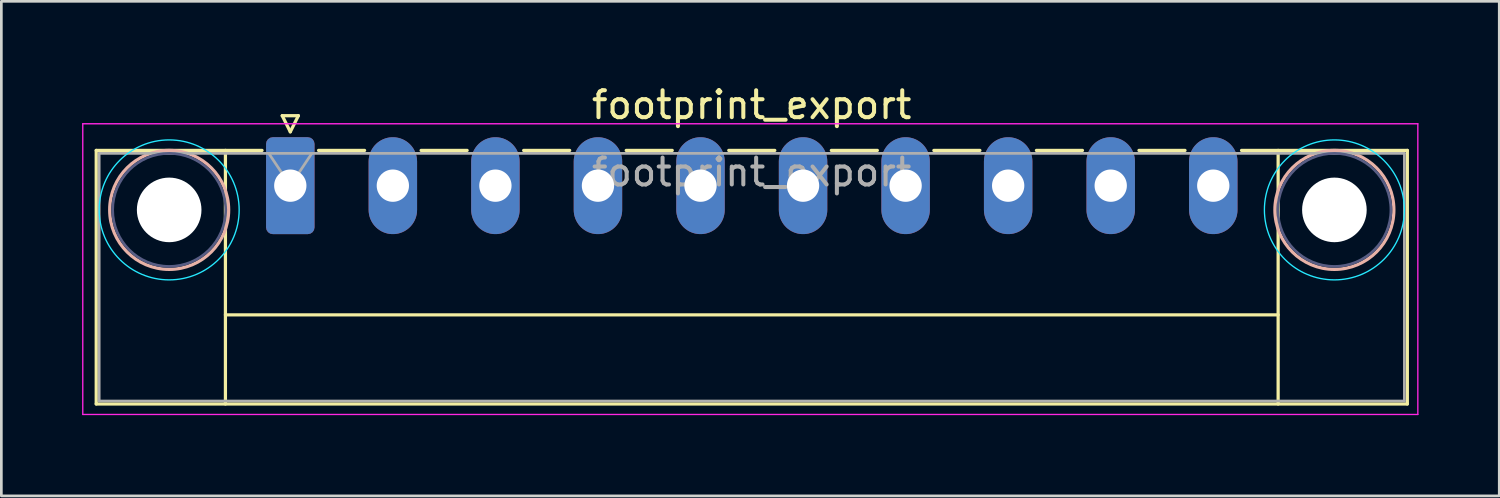
<source format=kicad_pcb>
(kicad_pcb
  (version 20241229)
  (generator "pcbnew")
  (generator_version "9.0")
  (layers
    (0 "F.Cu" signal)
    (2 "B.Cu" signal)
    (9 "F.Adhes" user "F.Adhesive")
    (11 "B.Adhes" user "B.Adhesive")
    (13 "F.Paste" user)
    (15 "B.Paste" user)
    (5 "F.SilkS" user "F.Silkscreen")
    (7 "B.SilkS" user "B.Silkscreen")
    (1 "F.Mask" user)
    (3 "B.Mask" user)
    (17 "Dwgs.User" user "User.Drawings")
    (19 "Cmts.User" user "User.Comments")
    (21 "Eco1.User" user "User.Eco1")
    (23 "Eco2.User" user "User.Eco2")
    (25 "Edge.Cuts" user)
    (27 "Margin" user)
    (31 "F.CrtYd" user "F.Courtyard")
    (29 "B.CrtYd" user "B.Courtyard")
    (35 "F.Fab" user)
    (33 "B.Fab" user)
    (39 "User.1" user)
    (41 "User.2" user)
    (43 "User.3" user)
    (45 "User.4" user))
  (footprint "footprint_export"
    (layer "F.Cu")
    (at 7.735 3.848)
    (property "Reference" "footprint_export" (at 17.14 -3 0) (layer "F.SilkS") (effects (font (size 1 1) (thickness 0.15))))
    (attr through_hole)
    (fp_line (start -7.21 -1.31) (end -7.21 8.11) (stroke (width 0.12) (type solid)) (layer "F.SilkS"))
    (fp_line (start -7.21 -1.31) (end -1.05 -1.31) (stroke (width 0.12) (type solid)) (layer "F.SilkS"))
    (fp_line (start -7.21 8.11) (end 41.5 8.11) (stroke (width 0.12) (type solid)) (layer "F.SilkS"))
    (fp_line (start -2.41 -1.31) (end -2.41 8.11) (stroke (width 0.12) (type solid)) (layer "F.SilkS"))
    (fp_line (start -2.41 4.8) (end 36.7 4.8) (stroke (width 0.12) (type solid)) (layer "F.SilkS"))
    (fp_line (start -0.3 -2.6) (end 0.3 -2.6) (stroke (width 0.12) (type solid)) (layer "F.SilkS"))
    (fp_line (start 0 -2) (end -0.3 -2.6) (stroke (width 0.12) (type solid)) (layer "F.SilkS"))
    (fp_line (start 0.3 -2.6) (end 0 -2) (stroke (width 0.12) (type solid)) (layer "F.SilkS"))
    (fp_line (start 1.05 -1.31) (end 2.76 -1.31) (stroke (width 0.12) (type solid)) (layer "F.SilkS"))
    (fp_line (start 4.86 -1.31) (end 6.57 -1.31) (stroke (width 0.12) (type solid)) (layer "F.SilkS"))
    (fp_line (start 8.67 -1.31) (end 10.38 -1.31) (stroke (width 0.12) (type solid)) (layer "F.SilkS"))
    (fp_line (start 12.48 -1.31) (end 14.19 -1.31) (stroke (width 0.12) (type solid)) (layer "F.SilkS"))
    (fp_line (start 16.29 -1.31) (end 18 -1.31) (stroke (width 0.12) (type solid)) (layer "F.SilkS"))
    (fp_line (start 20.1 -1.31) (end 21.81 -1.31) (stroke (width 0.12) (type solid)) (layer "F.SilkS"))
    (fp_line (start 23.91 -1.31) (end 25.62 -1.31) (stroke (width 0.12) (type solid)) (layer "F.SilkS"))
    (fp_line (start 27.72 -1.31) (end 29.43 -1.31) (stroke (width 0.12) (type solid)) (layer "F.SilkS"))
    (fp_line (start 31.53 -1.31) (end 33.24 -1.31) (stroke (width 0.12) (type solid)) (layer "F.SilkS"))
    (fp_line (start 36.7 -1.31) (end 36.7 8.11) (stroke (width 0.12) (type solid)) (layer "F.SilkS"))
    (fp_line (start 41.5 -1.31) (end 35.34 -1.31) (stroke (width 0.12) (type solid)) (layer "F.SilkS"))
    (fp_line (start 41.5 8.11) (end 41.5 -1.31) (stroke (width 0.12) (type solid)) (layer "F.SilkS"))
    (fp_circle (center -4.5 0.9) (end -2.29 0.9) (stroke (width 0.12) (type solid)) (fill no) (layer "B.SilkS"))
    (fp_circle (center 38.79 0.9) (end 41 0.9) (stroke (width 0.12) (type solid)) (fill no) (layer "B.SilkS"))
    (fp_circle (center -4.5 0.9) (end -1.9 0.9) (stroke (width 0.05) (type solid)) (fill no) (layer "B.CrtYd"))
    (fp_circle (center 38.79 0.9) (end 41.39 0.9) (stroke (width 0.05) (type solid)) (fill no) (layer "B.CrtYd"))
    (fp_line (start -7.71 -2.3) (end -7.71 8.5) (stroke (width 0.05) (type solid)) (layer "F.CrtYd"))
    (fp_line (start -7.71 8.5) (end 41.89 8.5) (stroke (width 0.05) (type solid)) (layer "F.CrtYd"))
    (fp_line (start 41.89 -2.3) (end -7.71 -2.3) (stroke (width 0.05) (type solid)) (layer "F.CrtYd"))
    (fp_line (start 41.89 8.5) (end 41.89 -2.3) (stroke (width 0.05) (type solid)) (layer "F.CrtYd"))
    (fp_circle (center -4.5 0.9) (end -2.4 0.9) (stroke (width 0.1) (type solid)) (fill no) (layer "B.Fab"))
    (fp_circle (center 38.79 0.9) (end 40.89 0.9) (stroke (width 0.1) (type solid)) (fill no) (layer "B.Fab"))
    (fp_line (start -7.1 -1.2) (end -7.1 8) (stroke (width 0.1) (type solid)) (layer "F.Fab"))
    (fp_line (start -7.1 8) (end 41.39 8) (stroke (width 0.1) (type solid)) (layer "F.Fab"))
    (fp_line (start 0 0) (end -0.8 -1.2) (stroke (width 0.1) (type solid)) (layer "F.Fab"))
    (fp_line (start 0.8 -1.2) (end 0 0) (stroke (width 0.1) (type solid)) (layer "F.Fab"))
    (fp_line (start 41.39 -1.2) (end -7.1 -1.2) (stroke (width 0.1) (type solid)) (layer "F.Fab"))
    (fp_line (start 41.39 8) (end 41.39 -1.2) (stroke (width 0.1) (type solid)) (layer "F.Fab"))
    (fp_text user "${REFERENCE}" (at 17.14 -0.5 0) (layer "F.Fab") (effects (font (size 1 1) (thickness 0.15))))
    (pad "" np_thru_hole circle (at -4.5 0.9) (size 2.4 2.4) (drill 2.4) (layers "*.Cu" "*.Mask"))
    (pad "" np_thru_hole circle (at 38.79 0.9) (size 2.4 2.4) (drill 2.4) (layers "*.Cu" "*.Mask"))
    (pad "1" thru_hole roundrect (at 0 0) (size 1.8 3.6) (drill 1.2) (layers "*.Cu" "*.Mask") (roundrect_rratio 0.139))
    (pad "2" thru_hole oval (at 3.81 0) (size 1.8 3.6) (drill 1.2) (layers "*.Cu" "*.Mask"))
    (pad "3" thru_hole oval (at 7.62 0) (size 1.8 3.6) (drill 1.2) (layers "*.Cu" "*.Mask"))
    (pad "4" thru_hole oval (at 11.43 0) (size 1.8 3.6) (drill 1.2) (layers "*.Cu" "*.Mask"))
    (pad "5" thru_hole oval (at 15.24 0) (size 1.8 3.6) (drill 1.2) (layers "*.Cu" "*.Mask"))
    (pad "6" thru_hole oval (at 19.05 0) (size 1.8 3.6) (drill 1.2) (layers "*.Cu" "*.Mask"))
    (pad "7" thru_hole oval (at 22.86 0) (size 1.8 3.6) (drill 1.2) (layers "*.Cu" "*.Mask"))
    (pad "8" thru_hole oval (at 26.67 0) (size 1.8 3.6) (drill 1.2) (layers "*.Cu" "*.Mask"))
    (pad "9" thru_hole oval (at 30.48 0) (size 1.8 3.6) (drill 1.2) (layers "*.Cu" "*.Mask"))
    (pad "10" thru_hole oval (at 34.29 0) (size 1.8 3.6) (drill 1.2) (layers "*.Cu" "*.Mask")))
  (gr_rect
    (start -3 -3)
    (end 52.65 15.373)
    (stroke (width 0.1) (type default))
    (fill no)
    (layer "Edge.Cuts")))
</source>
